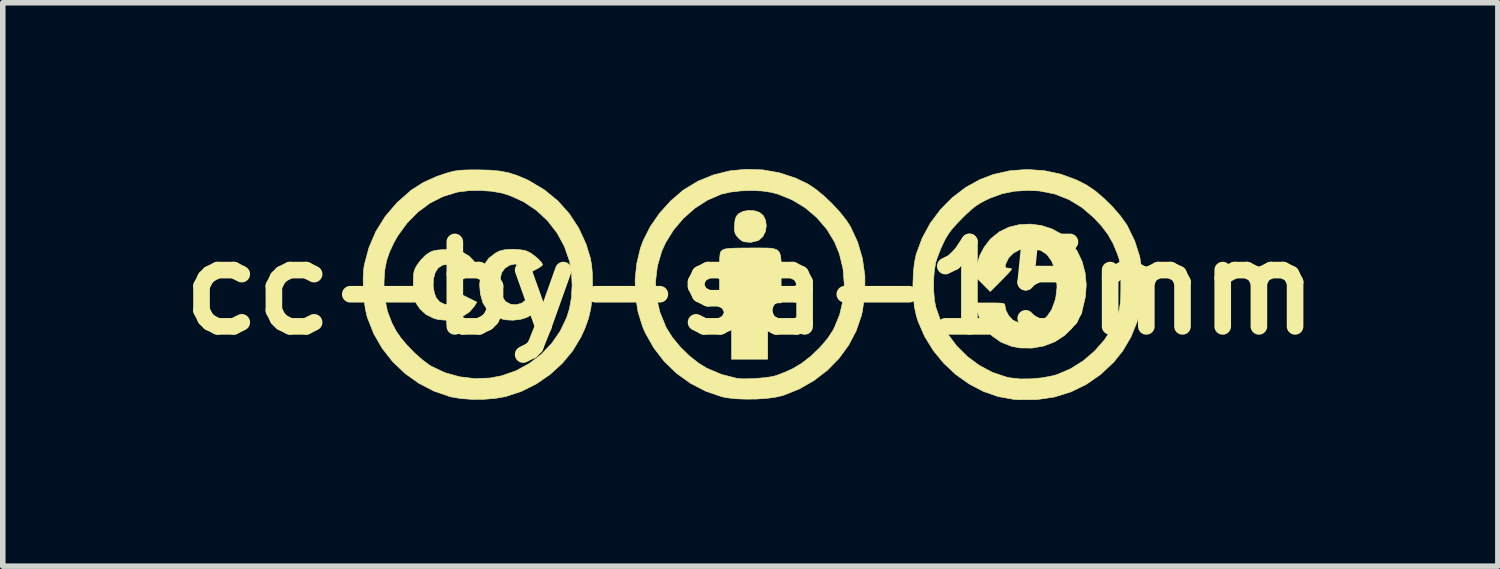
<source format=kicad_pcb>
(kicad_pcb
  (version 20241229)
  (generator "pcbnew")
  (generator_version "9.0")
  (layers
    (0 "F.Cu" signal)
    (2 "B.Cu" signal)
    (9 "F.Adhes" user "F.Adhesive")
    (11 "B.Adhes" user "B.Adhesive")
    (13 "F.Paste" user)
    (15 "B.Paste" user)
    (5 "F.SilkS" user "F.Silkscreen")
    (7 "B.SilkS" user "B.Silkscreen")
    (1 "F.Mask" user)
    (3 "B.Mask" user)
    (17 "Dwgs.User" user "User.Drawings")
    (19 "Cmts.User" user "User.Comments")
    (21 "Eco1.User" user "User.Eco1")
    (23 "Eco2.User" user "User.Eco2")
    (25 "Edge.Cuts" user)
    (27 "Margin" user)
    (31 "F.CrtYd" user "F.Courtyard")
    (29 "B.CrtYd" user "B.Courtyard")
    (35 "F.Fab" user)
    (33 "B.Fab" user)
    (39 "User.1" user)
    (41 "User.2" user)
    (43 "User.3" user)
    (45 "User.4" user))
  (footprint "cc-by-sa-15mm"
    (layer "F.Cu")
    (at 10.494 2.152)
    (property "Reference" "cc-by-sa-15mm" (at 0 0 0) (layer "F.SilkS") (effects (font (size 1.524 1.524) (thickness 0.3))))
    (attr through_hole)
    (fp_poly (pts (xy 0.081 -1.396) (xy 0.168 -1.367) (xy 0.237 -1.307) (xy 0.277 -1.221) (xy 0.288 -1.122) (xy 0.272 -1.023) (xy 0.228 -0.934) (xy 0.159 -0.87) (xy 0.135 -0.858) (xy 0.01 -0.827) (xy -0.108 -0.837) (xy -0.136 -0.846) (xy -0.186 -0.879) (xy -0.238 -0.931) (xy -0.241 -0.935) (xy -0.272 -0.984) (xy -0.286 -1.037) (xy -0.287 -1.114) (xy -0.285 -1.147) (xy -0.275 -1.235) (xy -0.255 -1.292) (xy -0.22 -1.336) (xy -0.209 -1.346) (xy -0.13 -1.387) (xy -0.027 -1.404) (xy 0.081 -1.396)) (stroke (width 0.01) (type solid)) (fill yes) (layer "F.SilkS"))
    (fp_poly (pts (xy 0.317 -0.725) (xy 0.415 -0.715) (xy 0.482 -0.692) (xy 0.524 -0.649) (xy 0.547 -0.581) (xy 0.556 -0.482) (xy 0.557 -0.347) (xy 0.556 -0.181) (xy 0.556 0.266) (xy 0.314 0.266) (xy 0.314 1.282) (xy -0.339 1.282) (xy -0.339 0.266) (xy -0.556 0.266) (xy -0.556 -0.192) (xy -0.556 -0.352) (xy -0.555 -0.47) (xy -0.552 -0.554) (xy -0.547 -0.61) (xy -0.539 -0.646) (xy -0.526 -0.668) (xy -0.509 -0.683) (xy -0.503 -0.688) (xy -0.475 -0.702) (xy -0.432 -0.712) (xy -0.367 -0.719) (xy -0.274 -0.723) (xy -0.145 -0.725) (xy 0.005 -0.726) (xy 0.183 -0.726) (xy 0.317 -0.725)) (stroke (width 0.01) (type solid)) (fill yes) (layer "F.SilkS"))
    (fp_poly (pts (xy -5.35 -0.691) (xy -5.199 -0.653) (xy -5.078 -0.58) (xy -5.006 -0.506) (xy -4.932 -0.413) (xy -5.073 -0.342) (xy -5.213 -0.272) (xy -5.275 -0.34) (xy -5.363 -0.406) (xy -5.461 -0.432) (xy -5.557 -0.416) (xy -5.636 -0.364) (xy -5.689 -0.28) (xy -5.719 -0.168) (xy -5.725 -0.043) (xy -5.705 0.082) (xy -5.671 0.172) (xy -5.61 0.245) (xy -5.525 0.288) (xy -5.43 0.301) (xy -5.337 0.282) (xy -5.261 0.23) (xy -5.234 0.195) (xy -5.193 0.125) (xy -5.065 0.188) (xy -4.937 0.251) (xy -4.978 0.321) (xy -5.066 0.425) (xy -5.187 0.505) (xy -5.329 0.557) (xy -5.482 0.579) (xy -5.635 0.566) (xy -5.716 0.543) (xy -5.855 0.474) (xy -5.961 0.376) (xy -6.017 0.295) (xy -6.048 0.238) (xy -6.068 0.186) (xy -6.079 0.124) (xy -6.083 0.04) (xy -6.084 -0.062) (xy -6.083 -0.176) (xy -6.078 -0.255) (xy -6.067 -0.313) (xy -6.046 -0.363) (xy -6.014 -0.42) (xy -6.011 -0.424) (xy -5.949 -0.507) (xy -5.873 -0.584) (xy -5.836 -0.614) (xy -5.777 -0.652) (xy -5.719 -0.675) (xy -5.646 -0.688) (xy -5.543 -0.696) (xy -5.533 -0.697) (xy -5.35 -0.691)) (stroke (width 0.01) (type solid)) (fill yes) (layer "F.SilkS"))
    (fp_poly (pts (xy -4.193 -0.699) (xy -4.081 -0.683) (xy -4.024 -0.665) (xy -3.959 -0.63) (xy -3.888 -0.578) (xy -3.821 -0.52) (xy -3.771 -0.465) (xy -3.75 -0.426) (xy -3.75 -0.423) (xy -3.77 -0.4) (xy -3.822 -0.365) (xy -3.882 -0.332) (xy -3.955 -0.297) (xy -3.998 -0.283) (xy -4.021 -0.287) (xy -4.037 -0.309) (xy -4.04 -0.315) (xy -4.088 -0.367) (xy -4.162 -0.411) (xy -4.239 -0.434) (xy -4.258 -0.435) (xy -4.348 -0.414) (xy -4.431 -0.359) (xy -4.487 -0.282) (xy -4.489 -0.277) (xy -4.519 -0.163) (xy -4.522 -0.038) (xy -4.502 0.084) (xy -4.459 0.187) (xy -4.412 0.245) (xy -4.324 0.291) (xy -4.224 0.299) (xy -4.127 0.271) (xy -4.046 0.209) (xy -4.027 0.184) (xy -3.987 0.122) (xy -3.868 0.183) (xy -3.803 0.221) (xy -3.759 0.256) (xy -3.75 0.274) (xy -3.769 0.315) (xy -3.818 0.371) (xy -3.887 0.432) (xy -3.965 0.488) (xy -4.04 0.53) (xy -4.153 0.564) (xy -4.287 0.578) (xy -4.416 0.571) (xy -4.475 0.558) (xy -4.629 0.491) (xy -4.746 0.393) (xy -4.827 0.264) (xy -4.873 0.102) (xy -4.886 -0.06) (xy -4.867 -0.251) (xy -4.812 -0.412) (xy -4.72 -0.541) (xy -4.592 -0.639) (xy -4.526 -0.671) (xy -4.436 -0.693) (xy -4.318 -0.703) (xy -4.193 -0.699)) (stroke (width 0.01) (type solid)) (fill yes) (layer "F.SilkS"))
    (fp_poly (pts (xy 5.25 -1.132) (xy 5.44 -1.072) (xy 5.615 -0.977) (xy 5.767 -0.847) (xy 5.768 -0.846) (xy 5.897 -0.675) (xy 5.989 -0.481) (xy 6.044 -0.273) (xy 6.064 -0.057) (xy 6.048 0.159) (xy 5.998 0.368) (xy 5.912 0.562) (xy 5.793 0.735) (xy 5.675 0.851) (xy 5.499 0.966) (xy 5.301 1.043) (xy 5.088 1.081) (xy 4.872 1.079) (xy 4.718 1.05) (xy 4.527 0.975) (xy 4.365 0.862) (xy 4.233 0.714) (xy 4.135 0.532) (xy 4.077 0.345) (xy 4.06 0.266) (xy 4.328 0.266) (xy 4.445 0.267) (xy 4.522 0.269) (xy 4.567 0.275) (xy 4.589 0.287) (xy 4.596 0.305) (xy 4.596 0.317) (xy 4.615 0.403) (xy 4.662 0.493) (xy 4.726 0.565) (xy 4.75 0.582) (xy 4.818 0.612) (xy 4.907 0.636) (xy 4.947 0.642) (xy 5.105 0.642) (xy 5.24 0.6) (xy 5.351 0.516) (xy 5.438 0.391) (xy 5.5 0.224) (xy 5.516 0.157) (xy 5.536 -0.017) (xy 5.528 -0.191) (xy 5.494 -0.354) (xy 5.437 -0.494) (xy 5.358 -0.602) (xy 5.346 -0.614) (xy 5.236 -0.686) (xy 5.111 -0.721) (xy 4.982 -0.723) (xy 4.858 -0.693) (xy 4.749 -0.634) (xy 4.663 -0.548) (xy 4.61 -0.438) (xy 4.607 -0.429) (xy 4.601 -0.382) (xy 4.621 -0.365) (xy 4.654 -0.363) (xy 4.701 -0.357) (xy 4.717 -0.344) (xy 4.701 -0.321) (xy 4.657 -0.271) (xy 4.592 -0.203) (xy 4.523 -0.133) (xy 4.33 0.06) (xy 4.118 -0.152) (xy 3.907 -0.363) (xy 3.995 -0.363) (xy 4.053 -0.367) (xy 4.082 -0.389) (xy 4.097 -0.442) (xy 4.1 -0.454) (xy 4.144 -0.594) (xy 4.221 -0.739) (xy 4.323 -0.873) (xy 4.347 -0.899) (xy 4.496 -1.018) (xy 4.668 -1.101) (xy 4.857 -1.147) (xy 5.053 -1.157) (xy 5.25 -1.132)) (stroke (width 0.01) (type solid)) (fill yes) (layer "F.SilkS"))
    (fp_poly (pts (xy 0.223 -2.136) (xy 0.522 -2.084) (xy 0.812 -1.989) (xy 1.04 -1.88) (xy 1.176 -1.79) (xy 1.325 -1.668) (xy 1.474 -1.527) (xy 1.613 -1.377) (xy 1.731 -1.229) (xy 1.807 -1.112) (xy 1.937 -0.832) (xy 2.024 -0.534) (xy 2.068 -0.223) (xy 2.068 0.095) (xy 2.024 0.412) (xy 2.005 0.495) (xy 1.911 0.77) (xy 1.775 1.029) (xy 1.6 1.268) (xy 1.39 1.482) (xy 1.149 1.667) (xy 0.882 1.82) (xy 0.593 1.936) (xy 0.461 1.967) (xy 0.295 1.989) (xy 0.11 2.001) (xy -0.081 2.003) (xy -0.263 1.996) (xy -0.423 1.978) (xy -0.508 1.961) (xy -0.802 1.861) (xy -1.077 1.719) (xy -1.328 1.539) (xy -1.551 1.325) (xy -1.741 1.08) (xy -1.895 0.808) (xy -1.945 0.692) (xy -2.027 0.427) (xy -2.072 0.141) (xy -2.079 -0.121) (xy -1.711 -0.121) (xy -1.696 0.156) (xy -1.634 0.429) (xy -1.526 0.696) (xy -1.517 0.714) (xy -1.409 0.886) (xy -1.267 1.059) (xy -1.103 1.22) (xy -0.929 1.357) (xy -0.786 1.444) (xy -0.517 1.558) (xy -0.239 1.628) (xy -0.23 1.629) (xy -0.145 1.636) (xy -0.028 1.635) (xy 0.105 1.629) (xy 0.239 1.617) (xy 0.357 1.602) (xy 0.435 1.586) (xy 0.52 1.558) (xy 0.628 1.515) (xy 0.739 1.465) (xy 0.77 1.45) (xy 0.932 1.353) (xy 1.098 1.223) (xy 1.254 1.073) (xy 1.391 0.914) (xy 1.495 0.757) (xy 1.508 0.733) (xy 1.613 0.479) (xy 1.675 0.209) (xy 1.696 -0.068) (xy 1.674 -0.346) (xy 1.61 -0.614) (xy 1.52 -0.835) (xy 1.378 -1.068) (xy 1.199 -1.275) (xy 0.989 -1.453) (xy 0.754 -1.595) (xy 0.502 -1.697) (xy 0.378 -1.73) (xy 0.21 -1.755) (xy 0.02 -1.763) (xy -0.176 -1.756) (xy -0.361 -1.734) (xy -0.519 -1.698) (xy -0.532 -1.694) (xy -0.775 -1.588) (xy -1.003 -1.442) (xy -1.209 -1.26) (xy -1.387 -1.05) (xy -1.53 -0.819) (xy -1.599 -0.667) (xy -1.678 -0.396) (xy -1.711 -0.121) (xy -2.079 -0.121) (xy -2.08 -0.153) (xy -2.05 -0.445) (xy -1.983 -0.724) (xy -1.931 -0.864) (xy -1.805 -1.113) (xy -1.638 -1.353) (xy -1.441 -1.572) (xy -1.222 -1.761) (xy -1.195 -1.78) (xy -0.941 -1.933) (xy -0.666 -2.045) (xy -0.377 -2.117) (xy -0.078 -2.147) (xy 0.223 -2.136)) (stroke (width 0.01) (type solid)) (fill yes) (layer "F.SilkS"))
    (fp_poly (pts (xy -4.706 -2.131) (xy -4.524 -2.114) (xy -4.362 -2.083) (xy -4.208 -2.034) (xy -4.046 -1.965) (xy -3.989 -1.937) (xy -3.716 -1.774) (xy -3.475 -1.576) (xy -3.268 -1.345) (xy -3.097 -1.084) (xy -2.965 -0.796) (xy -2.887 -0.541) (xy -2.865 -0.42) (xy -2.852 -0.271) (xy -2.848 -0.085) (xy -2.848 -0.048) (xy -2.856 0.177) (xy -2.88 0.372) (xy -2.923 0.551) (xy -2.988 0.731) (xy -3.058 0.883) (xy -3.206 1.129) (xy -3.393 1.355) (xy -3.613 1.556) (xy -3.859 1.726) (xy -4.126 1.86) (xy -4.406 1.953) (xy -4.427 1.958) (xy -4.608 1.99) (xy -4.813 2.006) (xy -5.025 2.007) (xy -5.227 1.992) (xy -5.402 1.962) (xy -5.419 1.958) (xy -5.711 1.858) (xy -5.984 1.716) (xy -6.234 1.538) (xy -6.456 1.326) (xy -6.645 1.086) (xy -6.798 0.821) (xy -6.91 0.536) (xy -6.92 0.504) (xy -6.95 0.368) (xy -6.972 0.203) (xy -6.985 0.023) (xy -6.986 -0.048) (xy -6.612 -0.048) (xy -6.596 0.197) (xy -6.55 0.418) (xy -6.47 0.628) (xy -6.393 0.774) (xy -6.308 0.897) (xy -6.194 1.032) (xy -6.063 1.167) (xy -5.926 1.288) (xy -5.798 1.385) (xy -5.757 1.41) (xy -5.513 1.525) (xy -5.249 1.599) (xy -4.976 1.632) (xy -4.702 1.622) (xy -4.491 1.582) (xy -4.231 1.491) (xy -3.99 1.36) (xy -3.773 1.194) (xy -3.585 0.997) (xy -3.431 0.774) (xy -3.315 0.531) (xy -3.265 0.372) (xy -3.229 0.171) (xy -3.217 -0.052) (xy -3.227 -0.275) (xy -3.261 -0.477) (xy -3.264 -0.489) (xy -3.356 -0.754) (xy -3.489 -0.998) (xy -3.658 -1.216) (xy -3.859 -1.404) (xy -4.088 -1.558) (xy -4.341 -1.673) (xy -4.489 -1.718) (xy -4.67 -1.75) (xy -4.876 -1.764) (xy -5.085 -1.76) (xy -5.276 -1.736) (xy -5.3 -1.731) (xy -5.55 -1.654) (xy -5.786 -1.533) (xy -6.003 -1.372) (xy -6.197 -1.175) (xy -6.363 -0.946) (xy -6.432 -0.825) (xy -6.513 -0.653) (xy -6.567 -0.493) (xy -6.598 -0.329) (xy -6.611 -0.142) (xy -6.612 -0.048) (xy -6.986 -0.048) (xy -6.989 -0.154) (xy -6.982 -0.313) (xy -6.969 -0.417) (xy -6.885 -0.73) (xy -6.759 -1.024) (xy -6.59 -1.295) (xy -6.38 -1.541) (xy -6.131 -1.761) (xy -6.11 -1.777) (xy -5.905 -1.907) (xy -5.666 -2.015) (xy -5.498 -2.072) (xy -5.408 -2.098) (xy -5.329 -2.116) (xy -5.249 -2.127) (xy -5.154 -2.133) (xy -5.032 -2.136) (xy -4.923 -2.136) (xy -4.706 -2.131)) (stroke (width 0.01) (type solid)) (fill yes) (layer "F.SilkS"))
    (fp_poly (pts (xy 5.302 -2.122) (xy 5.605 -2.058) (xy 5.893 -1.952) (xy 6.075 -1.858) (xy 6.225 -1.756) (xy 6.383 -1.622) (xy 6.537 -1.47) (xy 6.676 -1.31) (xy 6.787 -1.156) (xy 6.806 -1.125) (xy 6.938 -0.854) (xy 7.029 -0.569) (xy 7.077 -0.274) (xy 7.086 0.024) (xy 7.054 0.32) (xy 6.982 0.607) (xy 6.871 0.88) (xy 6.722 1.133) (xy 6.562 1.332) (xy 6.325 1.556) (xy 6.066 1.736) (xy 5.787 1.872) (xy 5.49 1.964) (xy 5.174 2.011) (xy 4.843 2.013) (xy 4.749 2.006) (xy 4.472 1.956) (xy 4.203 1.862) (xy 3.947 1.727) (xy 3.709 1.558) (xy 3.493 1.356) (xy 3.305 1.128) (xy 3.149 0.876) (xy 3.031 0.606) (xy 2.996 0.496) (xy 2.962 0.336) (xy 2.942 0.146) (xy 2.935 -0.059) (xy 2.938 -0.138) (xy 3.308 -0.138) (xy 3.31 0.045) (xy 3.324 0.218) (xy 3.347 0.339) (xy 3.435 0.59) (xy 3.563 0.827) (xy 3.726 1.044) (xy 3.919 1.235) (xy 4.135 1.395) (xy 4.371 1.52) (xy 4.619 1.603) (xy 4.701 1.62) (xy 4.875 1.638) (xy 5.072 1.636) (xy 5.274 1.617) (xy 5.46 1.581) (xy 5.537 1.559) (xy 5.782 1.454) (xy 6.01 1.311) (xy 6.215 1.135) (xy 6.392 0.934) (xy 6.533 0.712) (xy 6.633 0.477) (xy 6.635 0.472) (xy 6.657 0.397) (xy 6.671 0.325) (xy 6.681 0.243) (xy 6.686 0.14) (xy 6.688 0.006) (xy 6.688 -0.073) (xy 6.688 -0.22) (xy 6.685 -0.329) (xy 6.679 -0.413) (xy 6.668 -0.481) (xy 6.651 -0.545) (xy 6.627 -0.616) (xy 6.624 -0.625) (xy 6.547 -0.809) (xy 6.455 -0.971) (xy 6.339 -1.124) (xy 6.205 -1.269) (xy 5.986 -1.457) (xy 5.749 -1.601) (xy 5.493 -1.701) (xy 5.22 -1.755) (xy 5.022 -1.765) (xy 4.771 -1.751) (xy 4.544 -1.705) (xy 4.324 -1.624) (xy 4.258 -1.593) (xy 4.158 -1.541) (xy 4.072 -1.486) (xy 3.987 -1.418) (xy 3.89 -1.329) (xy 3.82 -1.26) (xy 3.714 -1.15) (xy 3.635 -1.06) (xy 3.574 -0.977) (xy 3.521 -0.889) (xy 3.488 -0.822) (xy 3.436 -0.709) (xy 3.389 -0.589) (xy 3.353 -0.484) (xy 3.346 -0.46) (xy 3.321 -0.312) (xy 3.308 -0.138) (xy 2.938 -0.138) (xy 2.942 -0.264) (xy 2.961 -0.453) (xy 2.994 -0.612) (xy 3.101 -0.901) (xy 3.248 -1.172) (xy 3.431 -1.417) (xy 3.645 -1.634) (xy 3.886 -1.818) (xy 4.149 -1.963) (xy 4.386 -2.053) (xy 4.685 -2.12) (xy 4.993 -2.143) (xy 5.302 -2.122)) (stroke (width 0.01) (type solid)) (fill yes) (layer "F.SilkS")))
  (gr_rect
    (start -3 -3)
    (end 23.988 7.17)
    (stroke (width 0.1) (type default))
    (fill no)
    (layer "Edge.Cuts")))
</source>
